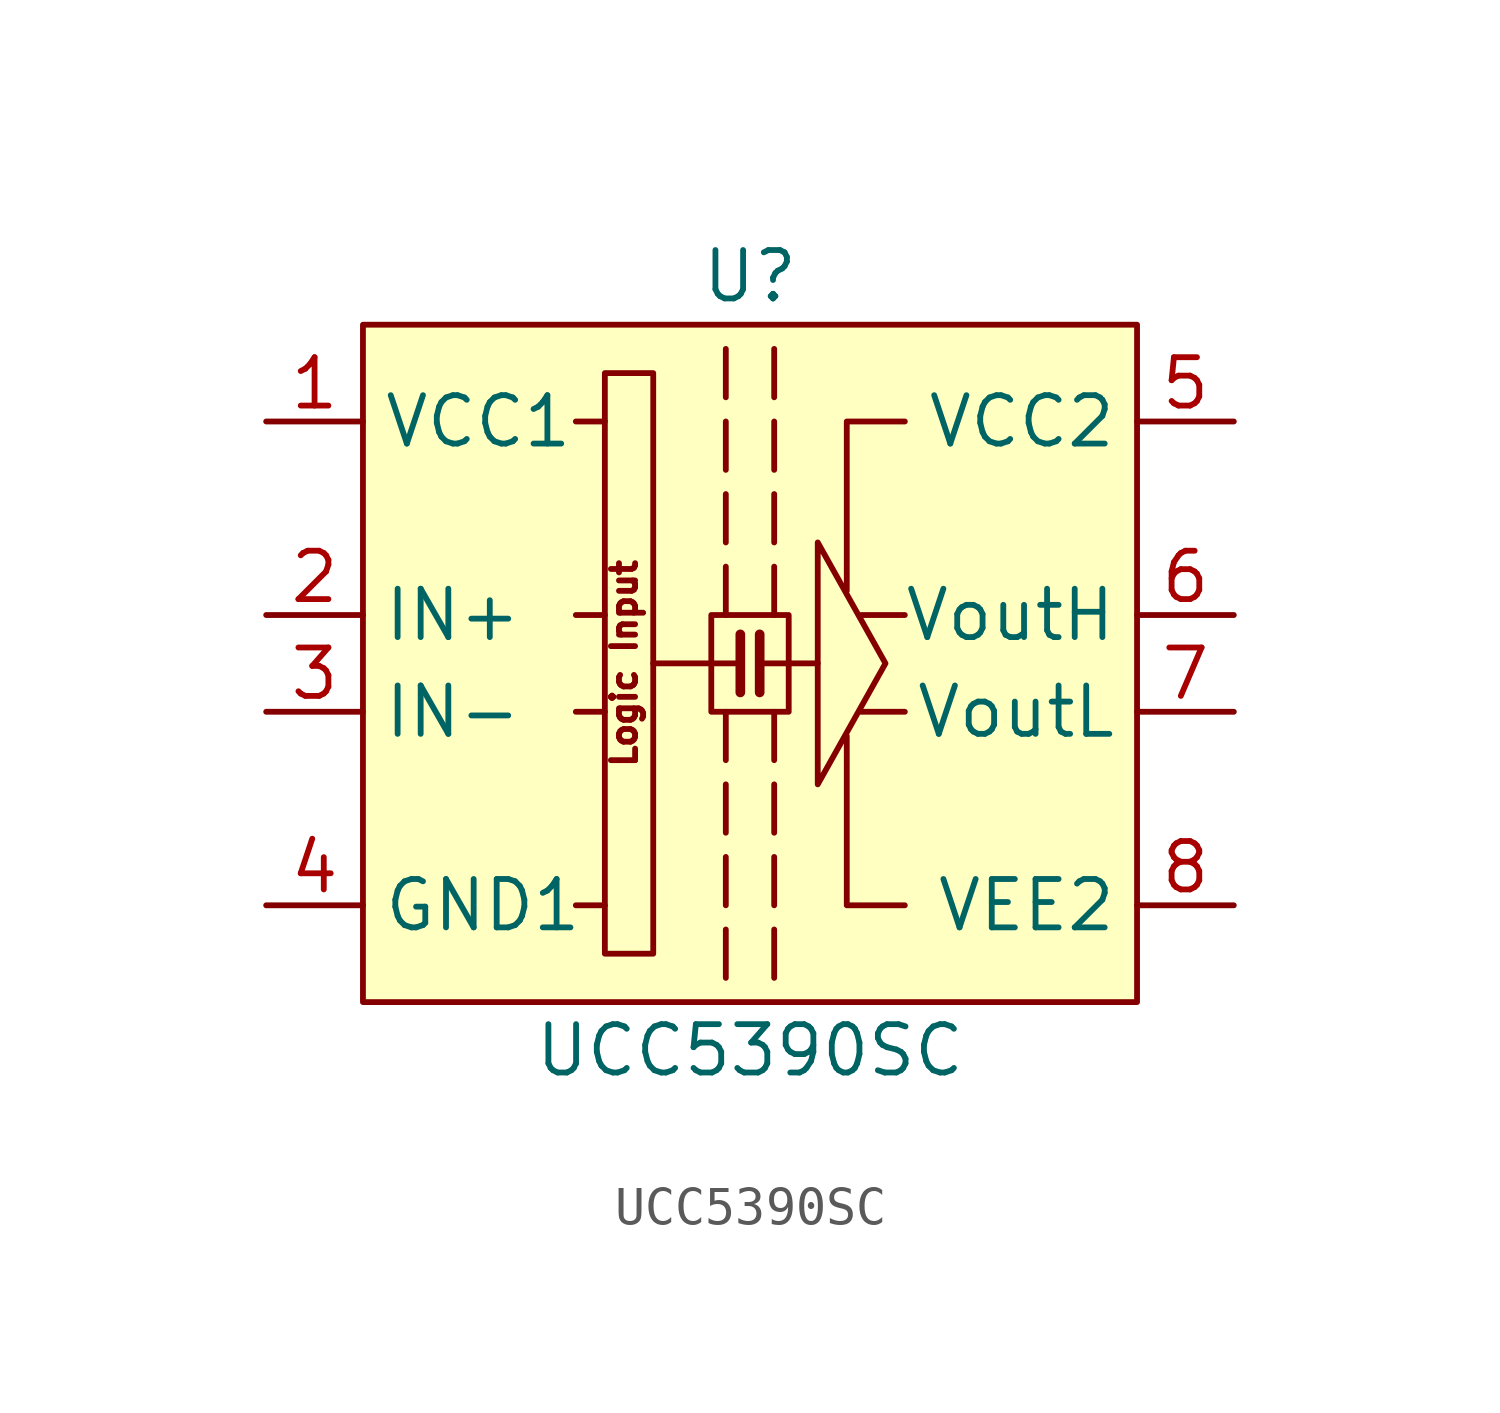
<source format=kicad_sym>
(kicad_symbol_lib
  (version 20220914)
  (generator kicad_symbol_editor)
  (symbol "UCC5390SC"
    (property "Reference" "U"
      (at 0 10.16 0)
      (effects (font (size 1.27 1.27))))
    (property "Value" "UCC5390SC"
      (at 0 -10.16 0)
      (effects (font (size 1.27 1.27))))
    (symbol "UCC5390SC_0_0"
      (polyline (pts (xy -0.635 -1.27) (xy -0.635 -2.54)) (stroke (width 0) (type solid)) (fill (type none)))
      (polyline (pts (xy -0.635 2.54) (xy -0.635 1.27)) (stroke (width 0) (type solid)) (fill (type none)))
      (polyline (pts (xy -0.635 4.445) (xy -0.635 3.175)) (stroke (width 0) (type solid)) (fill (type none)))
      (polyline (pts (xy -0.254 0) (xy -2.54 0)) (stroke (width 0) (type solid)) (fill (type none)))
      (polyline (pts (xy -0.254 0.762) (xy -0.254 -0.762)) (stroke (width 0.254) (type solid)) (fill (type none)))
      (polyline (pts (xy 0.254 0) (xy 1.778 0)) (stroke (width 0) (type solid)) (fill (type none)))
      (polyline (pts (xy 0.254 0.762) (xy 0.254 -0.762)) (stroke (width 0.254) (type solid)) (fill (type none)))
      (polyline (pts (xy 0.635 -1.27) (xy 0.635 -2.54)) (stroke (width 0) (type solid)) (fill (type none)))
      (polyline (pts (xy 0.635 1.27) (xy 0.635 2.54)) (stroke (width 0) (type solid)) (fill (type none)))
      (polyline (pts (xy 0.635 3.175) (xy 0.635 4.445)) (stroke (width 0) (type solid)) (fill (type none)))
      (polyline (pts (xy 4.064 1.27) (xy 2.921 1.27)) (stroke (width 0) (type solid)) (fill (type none)))
      (polyline (pts (xy 4.064 -6.35) (xy 2.54 -6.35) (xy 2.54 -1.905)) (stroke (width 0) (type solid)) (fill (type none)))
      (polyline (pts (xy 4.064 6.35) (xy 2.54 6.35) (xy 2.54 1.905)) (stroke (width 0) (type solid)) (fill (type none)))
      (polyline (pts (xy 3.556 0) (xy 1.778 -3.175) (xy 1.778 3.175) (xy 3.556 0)) (stroke (width 0) (type solid)) (fill (type none)))
      (rectangle (start 1.016 1.27) (end -1.016 -1.27) (stroke (width 0) (type solid)) (fill (type none)))
      (text "Logic Input" (at -3.302 0 900) (effects (font (size 0.635 0.635)))))
    (symbol "UCC5390SC_0_1"
      (rectangle (start -3.81 7.62) (end -2.54 -7.62) (stroke (width 0) (type solid)) (fill (type none)))
      (polyline (pts (xy -3.81 -6.35) (xy -4.572 -6.35)) (stroke (width 0) (type solid)) (fill (type none)))
      (polyline (pts (xy -3.81 -1.27) (xy -4.572 -1.27)) (stroke (width 0) (type solid)) (fill (type none)))
      (polyline (pts (xy -3.81 1.27) (xy -4.572 1.27)) (stroke (width 0) (type solid)) (fill (type none)))
      (polyline (pts (xy -3.81 6.35) (xy -4.572 6.35)) (stroke (width 0) (type solid)) (fill (type none)))
      (polyline (pts (xy -0.635 -6.985) (xy -0.635 -8.255)) (stroke (width 0) (type solid)) (fill (type none)))
      (polyline (pts (xy -0.635 -5.08) (xy -0.635 -6.35)) (stroke (width 0) (type solid)) (fill (type none)))
      (polyline (pts (xy -0.635 -3.175) (xy -0.635 -4.445)) (stroke (width 0) (type solid)) (fill (type none)))
      (polyline (pts (xy -0.635 6.35) (xy -0.635 5.08)) (stroke (width 0) (type solid)) (fill (type none)))
      (polyline (pts (xy 0.635 -6.985) (xy 0.635 -8.255)) (stroke (width 0) (type solid)) (fill (type none)))
      (polyline (pts (xy 0.635 -5.08) (xy 0.635 -6.35)) (stroke (width 0) (type solid)) (fill (type none)))
      (polyline (pts (xy 0.635 -3.175) (xy 0.635 -4.445)) (stroke (width 0) (type solid)) (fill (type none)))
      (polyline (pts (xy 0.635 6.35) (xy 0.635 5.08)) (stroke (width 0) (type solid)) (fill (type none)))
      (rectangle (start 10.16 8.89) (end -10.16 -8.89) (stroke (width 0) (type solid)) (fill (type background))))
    (symbol "UCC5390SC_1_1"
      (polyline (pts (xy -0.635 8.255) (xy -0.635 6.985)) (stroke (width 0) (type solid)) (fill (type none)))
      (polyline (pts (xy 0.635 8.255) (xy 0.635 6.985)) (stroke (width 0) (type solid)) (fill (type none)))
      (polyline (pts (xy 4.064 -1.27) (xy 2.921 -1.27)) (stroke (width 0) (type solid)) (fill (type none)))
      (pin power_in line (at -12.7 6.35 0) (length 2.54) (name "VCC1" (effects (font (size 1.27 1.27)))) (number "1" (effects (font (size 1.27 1.27)))))
      (pin input line (at -12.7 1.27 0) (length 2.54) (name "IN+" (effects (font (size 1.27 1.27)))) (number "2" (effects (font (size 1.27 1.27)))))
      (pin input line (at -12.7 -1.27 0) (length 2.54) (name "IN-" (effects (font (size 1.27 1.27)))) (number "3" (effects (font (size 1.27 1.27)))))
      (pin power_in line (at -12.7 -6.35 0) (length 2.54) (name "GND1" (effects (font (size 1.27 1.27)))) (number "4" (effects (font (size 1.27 1.27)))))
      (pin power_in line (at 12.7 6.35 180) (length 2.54) (name "VCC2" (effects (font (size 1.27 1.27)))) (number "5" (effects (font (size 1.27 1.27)))))
      (pin output line (at 12.7 1.27 180) (length 2.54) (name "VoutH" (effects (font (size 1.27 1.27)))) (number "6" (effects (font (size 1.27 1.27)))))
      (pin output line (at 12.7 -1.27 180) (length 2.54) (name "VoutL" (effects (font (size 1.27 1.27)))) (number "7" (effects (font (size 1.27 1.27)))))
      (pin power_in line (at 12.7 -6.35 180) (length 2.54) (name "VEE2" (effects (font (size 1.27 1.27)))) (number "8" (effects (font (size 1.27 1.27))))))))
</source>
